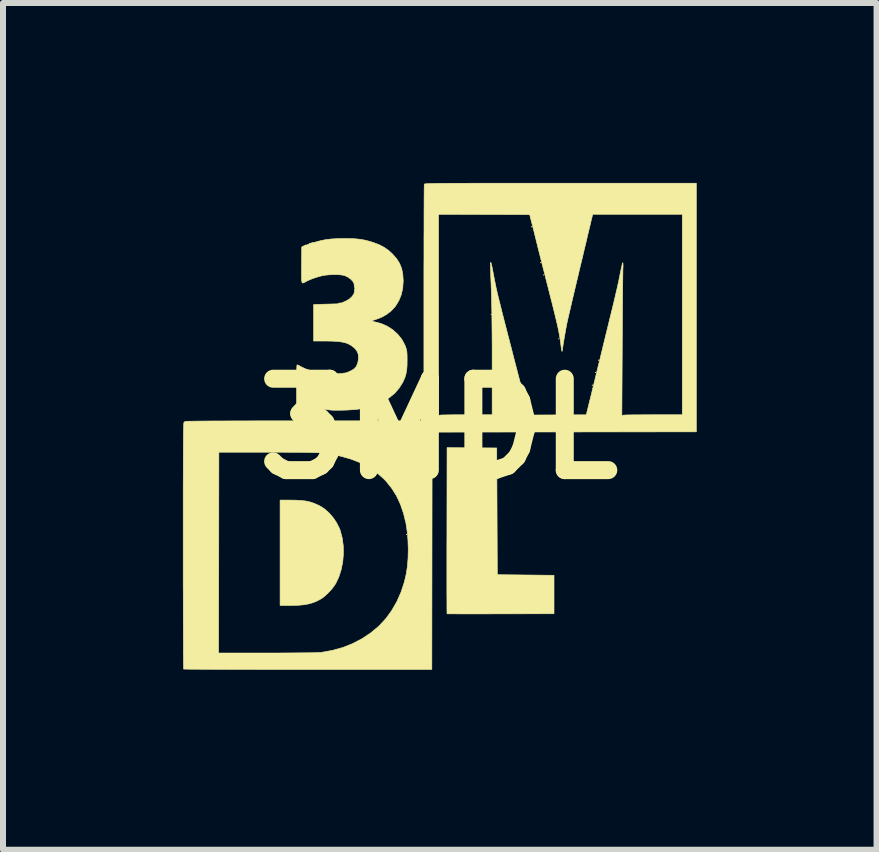
<source format=kicad_pcb>
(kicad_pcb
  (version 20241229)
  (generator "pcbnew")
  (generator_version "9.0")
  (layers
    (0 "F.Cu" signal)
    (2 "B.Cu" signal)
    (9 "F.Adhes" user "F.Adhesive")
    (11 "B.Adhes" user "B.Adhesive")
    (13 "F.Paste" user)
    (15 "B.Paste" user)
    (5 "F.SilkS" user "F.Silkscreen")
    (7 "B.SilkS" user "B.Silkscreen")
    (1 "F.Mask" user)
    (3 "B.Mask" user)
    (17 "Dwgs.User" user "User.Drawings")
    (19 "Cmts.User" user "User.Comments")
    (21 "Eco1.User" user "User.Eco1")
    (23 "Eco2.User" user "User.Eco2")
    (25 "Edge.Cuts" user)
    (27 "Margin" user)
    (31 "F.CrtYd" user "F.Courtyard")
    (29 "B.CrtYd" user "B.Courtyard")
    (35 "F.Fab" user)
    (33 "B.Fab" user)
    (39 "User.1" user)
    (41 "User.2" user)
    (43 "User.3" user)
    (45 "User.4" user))
  (footprint "3MDL"
    (layer "F.Cu")
    (at 4.262 4.099)
    (property "Reference" "3MDL" (at 0 0 0) (layer "F.SilkS") (effects (font (size 1.524 1.524) (thickness 0.3))))
    (attr through_hole)
    (fp_poly (pts (xy -0.528 1.763) (xy -0.533 1.768) (xy -0.538 1.763) (xy -0.533 1.758) (xy -0.528 1.763)) (stroke (width 0.01) (type solid)) (fill yes) (layer "F.SilkS"))
    (fp_poly (pts (xy 0.884 -1.905) (xy 0.879 -1.9) (xy 0.874 -1.905) (xy 0.879 -1.91) (xy 0.884 -1.905)) (stroke (width 0.01) (type solid)) (fill yes) (layer "F.SilkS"))
    (fp_poly (pts (xy 1.554 -3.368) (xy 1.549 -3.363) (xy 1.544 -3.368) (xy 1.549 -3.373) (xy 1.554 -3.368)) (stroke (width 0.01) (type solid)) (fill yes) (layer "F.SilkS"))
    (fp_poly (pts (xy 1.707 -2.769) (xy 1.702 -2.764) (xy 1.697 -2.769) (xy 1.702 -2.774) (xy 1.707 -2.769)) (stroke (width 0.01) (type solid)) (fill yes) (layer "F.SilkS"))
    (fp_poly (pts (xy 1.758 -2.565) (xy 1.753 -2.56) (xy 1.748 -2.565) (xy 1.753 -2.57) (xy 1.758 -2.565)) (stroke (width 0.01) (type solid)) (fill yes) (layer "F.SilkS"))
    (fp_poly (pts (xy 2.012 -1.499) (xy 2.007 -1.494) (xy 2.002 -1.499) (xy 2.007 -1.504) (xy 2.012 -1.499)) (stroke (width 0.01) (type solid)) (fill yes) (layer "F.SilkS"))
    (fp_poly (pts (xy 2.57 -0.726) (xy 2.565 -0.721) (xy 2.56 -0.726) (xy 2.565 -0.732) (xy 2.57 -0.726)) (stroke (width 0.01) (type solid)) (fill yes) (layer "F.SilkS"))
    (fp_poly (pts (xy 2.621 -0.94) (xy 2.616 -0.935) (xy 2.611 -0.94) (xy 2.616 -0.945) (xy 2.621 -0.94)) (stroke (width 0.01) (type solid)) (fill yes) (layer "F.SilkS"))
    (fp_poly (pts (xy 2.672 -1.143) (xy 2.667 -1.138) (xy 2.662 -1.143) (xy 2.667 -1.148) (xy 2.672 -1.143)) (stroke (width 0.01) (type solid)) (fill yes) (layer "F.SilkS"))
    (fp_poly (pts (xy 0.97 0.32) (xy 0.98 2.433) (xy 1.925 2.443) (xy 1.925 3.084) (xy 1.036 3.086) (xy 0.903 3.086) (xy 0.776 3.087) (xy 0.657 3.087) (xy 0.546 3.087) (xy 0.446 3.087) (xy 0.357 3.087) (xy 0.282 3.086) (xy 0.221 3.086) (xy 0.177 3.086) (xy 0.15 3.085) (xy 0.141 3.084) (xy 0.141 3.074) (xy 0.141 3.044) (xy 0.14 2.997) (xy 0.14 2.932) (xy 0.14 2.852) (xy 0.139 2.758) (xy 0.139 2.65) (xy 0.139 2.53) (xy 0.139 2.399) (xy 0.139 2.258) (xy 0.139 2.109) (xy 0.139 1.952) (xy 0.14 1.789) (xy 0.14 1.697) (xy 0.142 0.315) (xy 0.97 0.32)) (stroke (width 0.01) (type solid)) (fill yes) (layer "F.SilkS"))
    (fp_poly (pts (xy -2.482 1.189) (xy -2.379 1.191) (xy -2.292 1.196) (xy -2.218 1.204) (xy -2.151 1.218) (xy -2.089 1.238) (xy -2.026 1.264) (xy -1.976 1.288) (xy -1.9 1.337) (xy -1.826 1.403) (xy -1.758 1.481) (xy -1.7 1.567) (xy -1.654 1.658) (xy -1.64 1.694) (xy -1.607 1.817) (xy -1.589 1.947) (xy -1.586 2.082) (xy -1.597 2.216) (xy -1.623 2.347) (xy -1.662 2.47) (xy -1.712 2.576) (xy -1.746 2.628) (xy -1.791 2.685) (xy -1.843 2.74) (xy -1.896 2.789) (xy -1.945 2.827) (xy -1.955 2.833) (xy -2.023 2.87) (xy -2.092 2.899) (xy -2.166 2.92) (xy -2.248 2.935) (xy -2.343 2.943) (xy -2.453 2.946) (xy -2.477 2.946) (xy -2.642 2.946) (xy -2.642 1.189) (xy -2.482 1.189)) (stroke (width 0.01) (type solid)) (fill yes) (layer "F.SilkS"))
    (fp_poly (pts (xy -1.465 -3.171) (xy -1.381 -3.167) (xy -1.307 -3.159) (xy -1.238 -3.147) (xy -1.168 -3.13) (xy -1.097 -3.109) (xy -0.995 -3.071) (xy -0.907 -3.025) (xy -0.828 -2.969) (xy -0.766 -2.912) (xy -0.699 -2.836) (xy -0.649 -2.756) (xy -0.615 -2.671) (xy -0.596 -2.576) (xy -0.589 -2.468) (xy -0.589 -2.467) (xy -0.597 -2.347) (xy -0.62 -2.239) (xy -0.66 -2.14) (xy -0.716 -2.047) (xy -0.722 -2.039) (xy -0.786 -1.969) (xy -0.864 -1.908) (xy -0.953 -1.858) (xy -1.048 -1.822) (xy -1.059 -1.819) (xy -1.087 -1.81) (xy -1.104 -1.802) (xy -1.107 -1.798) (xy -1.099 -1.792) (xy -1.076 -1.785) (xy -1.069 -1.784) (xy -0.958 -1.755) (xy -0.854 -1.709) (xy -0.76 -1.648) (xy -0.679 -1.574) (xy -0.611 -1.489) (xy -0.56 -1.393) (xy -0.547 -1.36) (xy -0.538 -1.331) (xy -0.531 -1.304) (xy -0.527 -1.272) (xy -0.525 -1.232) (xy -0.524 -1.178) (xy -0.524 -1.143) (xy -0.525 -1.054) (xy -0.531 -0.979) (xy -0.543 -0.915) (xy -0.56 -0.856) (xy -0.586 -0.797) (xy -0.598 -0.772) (xy -0.659 -0.675) (xy -0.733 -0.59) (xy -0.824 -0.516) (xy -0.932 -0.451) (xy -0.95 -0.442) (xy -1.049 -0.398) (xy -1.151 -0.364) (xy -1.259 -0.339) (xy -1.378 -0.322) (xy -1.51 -0.313) (xy -1.58 -0.31) (xy -1.64 -0.309) (xy -1.695 -0.309) (xy -1.742 -0.309) (xy -1.775 -0.31) (xy -1.788 -0.311) (xy -1.814 -0.314) (xy -1.854 -0.318) (xy -1.9 -0.324) (xy -1.92 -0.326) (xy -2.028 -0.342) (xy -2.141 -0.364) (xy -2.247 -0.39) (xy -2.289 -0.403) (xy -2.367 -0.428) (xy -2.367 -0.747) (xy -2.367 -0.825) (xy -2.366 -0.897) (xy -2.365 -0.959) (xy -2.364 -1.009) (xy -2.362 -1.045) (xy -2.36 -1.064) (xy -2.359 -1.067) (xy -2.346 -1.062) (xy -2.321 -1.051) (xy -2.295 -1.036) (xy -2.254 -1.016) (xy -2.214 -0.998) (xy -2.168 -0.982) (xy -2.112 -0.965) (xy -2.052 -0.948) (xy -2.013 -0.939) (xy -1.976 -0.931) (xy -1.936 -0.926) (xy -1.891 -0.923) (xy -1.833 -0.921) (xy -1.776 -0.919) (xy -1.717 -0.919) (xy -1.666 -0.919) (xy -1.625 -0.92) (xy -1.599 -0.922) (xy -1.59 -0.925) (xy -1.577 -0.93) (xy -1.57 -0.928) (xy -1.553 -0.93) (xy -1.523 -0.939) (xy -1.488 -0.954) (xy -1.451 -0.972) (xy -1.418 -0.992) (xy -1.411 -0.996) (xy -1.374 -1.035) (xy -1.349 -1.089) (xy -1.336 -1.156) (xy -1.335 -1.172) (xy -1.337 -1.231) (xy -1.351 -1.278) (xy -1.379 -1.322) (xy -1.412 -1.355) (xy -1.453 -1.387) (xy -1.497 -1.412) (xy -1.548 -1.432) (xy -1.608 -1.446) (xy -1.68 -1.456) (xy -1.767 -1.461) (xy -1.871 -1.463) (xy -1.882 -1.463) (xy -2.083 -1.463) (xy -2.083 -2.071) (xy -1.918 -2.077) (xy -1.858 -2.078) (xy -1.803 -2.08) (xy -1.756 -2.081) (xy -1.722 -2.082) (xy -1.71 -2.082) (xy -1.682 -2.084) (xy -1.664 -2.09) (xy -1.661 -2.093) (xy -1.649 -2.099) (xy -1.644 -2.097) (xy -1.628 -2.096) (xy -1.612 -2.1) (xy -1.59 -2.11) (xy -1.558 -2.124) (xy -1.543 -2.131) (xy -1.492 -2.16) (xy -1.45 -2.196) (xy -1.42 -2.234) (xy -1.404 -2.273) (xy -1.403 -2.298) (xy -1.401 -2.318) (xy -1.397 -2.331) (xy -1.394 -2.349) (xy -1.398 -2.354) (xy -1.405 -2.366) (xy -1.405 -2.385) (xy -1.409 -2.421) (xy -1.43 -2.459) (xy -1.464 -2.495) (xy -1.508 -2.527) (xy -1.558 -2.551) (xy -1.59 -2.56) (xy -1.639 -2.567) (xy -1.701 -2.571) (xy -1.77 -2.57) (xy -1.839 -2.566) (xy -1.901 -2.559) (xy -1.926 -2.555) (xy -1.995 -2.538) (xy -2.068 -2.515) (xy -2.138 -2.489) (xy -2.197 -2.462) (xy -2.212 -2.454) (xy -2.233 -2.442) (xy -2.249 -2.434) (xy -2.262 -2.43) (xy -2.272 -2.434) (xy -2.278 -2.447) (xy -2.282 -2.47) (xy -2.284 -2.506) (xy -2.285 -2.556) (xy -2.285 -2.622) (xy -2.284 -2.707) (xy -2.284 -2.73) (xy -2.281 -3.031) (xy -2.248 -3.049) (xy -2.227 -3.06) (xy -2.215 -3.064) (xy -2.215 -3.064) (xy -2.207 -3.063) (xy -2.186 -3.069) (xy -2.184 -3.07) (xy -2.163 -3.08) (xy -2.154 -3.089) (xy -2.154 -3.089) (xy -2.147 -3.094) (xy -2.14 -3.093) (xy -2.123 -3.094) (xy -2.119 -3.098) (xy -2.107 -3.105) (xy -2.104 -3.104) (xy -2.09 -3.104) (xy -2.065 -3.109) (xy -2.061 -3.11) (xy -2.034 -3.118) (xy -2.013 -3.124) (xy -2.012 -3.124) (xy -1.993 -3.129) (xy -1.964 -3.136) (xy -1.951 -3.139) (xy -1.878 -3.154) (xy -1.792 -3.164) (xy -1.693 -3.17) (xy -1.576 -3.172) (xy -1.565 -3.172) (xy -1.465 -3.171)) (stroke (width 0.01) (type solid)) (fill yes) (layer "F.SilkS"))
    (fp_poly (pts (xy 4.298 -2.022) (xy 4.298 0.051) (xy 2.095 0.053) (xy -0.107 0.056) (xy -0.112 4.013) (xy -2.178 4.013) (xy -2.381 4.013) (xy -2.579 4.013) (xy -2.771 4.013) (xy -2.955 4.013) (xy -3.131 4.012) (xy -3.298 4.012) (xy -3.454 4.012) (xy -3.6 4.011) (xy -3.733 4.011) (xy -3.853 4.01) (xy -3.96 4.01) (xy -4.051 4.009) (xy -4.126 4.009) (xy -4.185 4.008) (xy -4.225 4.007) (xy -4.247 4.007) (xy -4.25 4.006) (xy -4.251 3.996) (xy -4.252 3.966) (xy -4.252 3.917) (xy -4.253 3.851) (xy -4.253 3.769) (xy -4.254 3.739) (xy -3.668 3.739) (xy -2.858 3.739) (xy -2.687 3.739) (xy -2.533 3.738) (xy -2.396 3.737) (xy -2.275 3.736) (xy -2.173 3.735) (xy -2.089 3.734) (xy -2.024 3.732) (xy -1.978 3.73) (xy -1.956 3.728) (xy -1.775 3.696) (xy -1.6 3.648) (xy -1.433 3.582) (xy -1.276 3.5) (xy -1.13 3.403) (xy -0.997 3.292) (xy -0.985 3.28) (xy -0.876 3.162) (xy -0.779 3.028) (xy -0.695 2.881) (xy -0.625 2.723) (xy -0.57 2.555) (xy -0.538 2.418) (xy -0.519 2.292) (xy -0.508 2.153) (xy -0.505 2.007) (xy -0.51 1.86) (xy -0.522 1.717) (xy -0.542 1.584) (xy -0.543 1.577) (xy -0.584 1.41) (xy -0.636 1.258) (xy -0.701 1.119) (xy -0.78 0.993) (xy -0.873 0.877) (xy -0.916 0.832) (xy -1.033 0.729) (xy -1.165 0.639) (xy -1.31 0.564) (xy -1.471 0.502) (xy -1.646 0.454) (xy -1.7 0.442) (xy -1.746 0.433) (xy -1.787 0.426) (xy -1.827 0.419) (xy -1.867 0.413) (xy -1.908 0.408) (xy -1.951 0.404) (xy -2 0.4) (xy -2.055 0.398) (xy -2.117 0.396) (xy -2.19 0.394) (xy -2.273 0.393) (xy -2.369 0.392) (xy -2.479 0.392) (xy -2.606 0.391) (xy -2.75 0.391) (xy -2.85 0.391) (xy -3.663 0.391) (xy -3.665 2.065) (xy -3.668 3.739) (xy -4.254 3.739) (xy -4.254 3.671) (xy -4.254 3.559) (xy -4.255 3.433) (xy -4.255 3.294) (xy -4.256 3.144) (xy -4.256 2.983) (xy -4.256 2.812) (xy -4.257 2.632) (xy -4.257 2.445) (xy -4.257 2.251) (xy -4.257 2.05) (xy -4.257 1.944) (xy -4.257 1.702) (xy -4.257 1.479) (xy -4.257 1.274) (xy -4.257 1.088) (xy -4.257 0.919) (xy -4.256 0.766) (xy -4.256 0.629) (xy -4.256 0.506) (xy -4.255 0.398) (xy -4.255 0.302) (xy -4.254 0.219) (xy -4.254 0.147) (xy -4.253 0.087) (xy -4.252 0.035) (xy -4.251 -0.006) (xy -4.25 -0.04) (xy -4.249 -0.066) (xy -4.248 -0.085) (xy -4.246 -0.099) (xy -4.245 -0.107) (xy -4.243 -0.111) (xy -4.242 -0.112) (xy -4.228 -0.117) (xy -4.227 -0.122) (xy -4.216 -0.123) (xy -4.186 -0.125) (xy -4.135 -0.126) (xy -4.064 -0.127) (xy -3.973 -0.128) (xy -3.862 -0.129) (xy -3.731 -0.13) (xy -3.58 -0.13) (xy -3.409 -0.131) (xy -3.218 -0.131) (xy -3.007 -0.132) (xy -2.776 -0.132) (xy -2.526 -0.132) (xy -2.255 -0.132) (xy -0.244 -0.132) (xy -0.244 -0.221) (xy 0 -0.221) (xy 0.023 -0.227) (xy 0.038 -0.229) (xy 0.071 -0.23) (xy 0.119 -0.231) (xy 0.182 -0.232) (xy 0.255 -0.233) (xy 0.338 -0.233) (xy 0.427 -0.233) (xy 0.47 -0.234) (xy 0.894 -0.234) (xy 0.894 -1.09) (xy 0.894 -1.325) (xy 0.893 -1.542) (xy 0.891 -1.74) (xy 0.889 -1.919) (xy 0.886 -2.078) (xy 0.883 -2.217) (xy 0.879 -2.332) (xy 0.875 -2.438) (xy 0.871 -2.526) (xy 0.869 -2.597) (xy 0.867 -2.653) (xy 0.865 -2.695) (xy 0.865 -2.727) (xy 0.865 -2.748) (xy 0.865 -2.762) (xy 0.866 -2.77) (xy 0.868 -2.773) (xy 0.87 -2.774) (xy 0.872 -2.774) (xy 0.876 -2.764) (xy 0.883 -2.737) (xy 0.892 -2.697) (xy 0.902 -2.644) (xy 0.914 -2.584) (xy 0.919 -2.558) (xy 0.928 -2.51) (xy 0.937 -2.463) (xy 0.947 -2.415) (xy 0.957 -2.364) (xy 0.969 -2.31) (xy 0.983 -2.25) (xy 0.999 -2.183) (xy 1.018 -2.108) (xy 1.039 -2.023) (xy 1.063 -1.926) (xy 1.091 -1.817) (xy 1.123 -1.693) (xy 1.159 -1.553) (xy 1.2 -1.395) (xy 1.218 -1.326) (xy 1.246 -1.215) (xy 1.275 -1.103) (xy 1.304 -0.993) (xy 1.331 -0.887) (xy 1.357 -0.789) (xy 1.38 -0.7) (xy 1.399 -0.626) (xy 1.414 -0.567) (xy 1.417 -0.554) (xy 1.435 -0.486) (xy 1.451 -0.422) (xy 1.466 -0.365) (xy 1.479 -0.319) (xy 1.487 -0.287) (xy 1.489 -0.279) (xy 1.504 -0.229) (xy 2.463 -0.233) (xy 2.5 -0.383) (xy 2.512 -0.432) (xy 2.528 -0.496) (xy 2.547 -0.573) (xy 2.567 -0.657) (xy 2.589 -0.744) (xy 2.61 -0.831) (xy 2.615 -0.853) (xy 2.638 -0.945) (xy 2.661 -1.043) (xy 2.686 -1.141) (xy 2.709 -1.236) (xy 2.73 -1.321) (xy 2.747 -1.392) (xy 2.748 -1.397) (xy 2.788 -1.561) (xy 2.824 -1.706) (xy 2.855 -1.834) (xy 2.883 -1.947) (xy 2.907 -2.046) (xy 2.928 -2.133) (xy 2.946 -2.209) (xy 2.961 -2.275) (xy 2.975 -2.333) (xy 2.986 -2.385) (xy 2.997 -2.431) (xy 3.006 -2.474) (xy 3.014 -2.514) (xy 3.022 -2.554) (xy 3.028 -2.586) (xy 3.04 -2.643) (xy 3.051 -2.693) (xy 3.06 -2.733) (xy 3.067 -2.76) (xy 3.071 -2.769) (xy 3.074 -2.764) (xy 3.076 -2.741) (xy 3.076 -2.704) (xy 3.074 -2.662) (xy 3.073 -2.636) (xy 3.073 -2.592) (xy 3.072 -2.53) (xy 3.071 -2.452) (xy 3.07 -2.36) (xy 3.069 -2.254) (xy 3.068 -2.137) (xy 3.067 -2.01) (xy 3.066 -1.874) (xy 3.065 -1.73) (xy 3.064 -1.581) (xy 3.063 -1.428) (xy 3.063 -1.383) (xy 3.056 -0.221) (xy 3.08 -0.227) (xy 3.095 -0.228) (xy 3.128 -0.23) (xy 3.177 -0.231) (xy 3.24 -0.232) (xy 3.315 -0.232) (xy 3.399 -0.233) (xy 3.492 -0.233) (xy 3.584 -0.234) (xy 4.064 -0.234) (xy 4.064 -3.576) (xy 2.571 -3.576) (xy 2.561 -3.537) (xy 2.556 -3.517) (xy 2.547 -3.481) (xy 2.535 -3.43) (xy 2.52 -3.367) (xy 2.503 -3.296) (xy 2.484 -3.218) (xy 2.474 -3.173) (xy 2.455 -3.092) (xy 2.436 -3.015) (xy 2.419 -2.944) (xy 2.405 -2.882) (xy 2.393 -2.833) (xy 2.385 -2.799) (xy 2.382 -2.789) (xy 2.375 -2.758) (xy 2.363 -2.71) (xy 2.348 -2.647) (xy 2.331 -2.573) (xy 2.311 -2.49) (xy 2.29 -2.401) (xy 2.268 -2.309) (xy 2.246 -2.216) (xy 2.225 -2.126) (xy 2.205 -2.04) (xy 2.187 -1.962) (xy 2.171 -1.894) (xy 2.158 -1.839) (xy 2.149 -1.8) (xy 2.148 -1.793) (xy 2.14 -1.758) (xy 2.131 -1.71) (xy 2.12 -1.653) (xy 2.109 -1.59) (xy 2.098 -1.526) (xy 2.087 -1.463) (xy 2.078 -1.405) (xy 2.07 -1.356) (xy 2.065 -1.319) (xy 2.063 -1.298) (xy 2.063 -1.296) (xy 2.059 -1.291) (xy 2.057 -1.292) (xy 2.054 -1.304) (xy 2.049 -1.331) (xy 2.043 -1.371) (xy 2.037 -1.418) (xy 2.037 -1.419) (xy 2.028 -1.489) (xy 2.016 -1.561) (xy 2.001 -1.639) (xy 1.983 -1.725) (xy 1.96 -1.822) (xy 1.933 -1.934) (xy 1.911 -2.022) (xy 1.895 -2.088) (xy 1.874 -2.169) (xy 1.85 -2.262) (xy 1.825 -2.363) (xy 1.798 -2.467) (xy 1.772 -2.571) (xy 1.747 -2.667) (xy 1.724 -2.758) (xy 1.702 -2.846) (xy 1.681 -2.929) (xy 1.662 -3.003) (xy 1.647 -3.066) (xy 1.634 -3.115) (xy 1.626 -3.148) (xy 1.625 -3.155) (xy 1.615 -3.193) (xy 1.602 -3.246) (xy 1.587 -3.307) (xy 1.57 -3.371) (xy 1.562 -3.404) (xy 1.519 -3.571) (xy 0 -3.576) (xy 0 -0.221) (xy -0.244 -0.221) (xy -0.244 -2.097) (xy -0.244 -2.296) (xy -0.244 -2.489) (xy -0.244 -2.676) (xy -0.243 -2.855) (xy -0.243 -3.026) (xy -0.243 -3.188) (xy -0.242 -3.34) (xy -0.242 -3.48) (xy -0.242 -3.608) (xy -0.241 -3.723) (xy -0.241 -3.824) (xy -0.24 -3.909) (xy -0.24 -3.978) (xy -0.239 -4.03) (xy -0.238 -4.063) (xy -0.238 -4.078) (xy -0.238 -4.078) (xy -0.236 -4.08) (xy -0.231 -4.082) (xy -0.222 -4.083) (xy -0.209 -4.085) (xy -0.19 -4.086) (xy -0.165 -4.087) (xy -0.133 -4.088) (xy -0.094 -4.089) (xy -0.046 -4.09) (xy 0.011 -4.091) (xy 0.078 -4.092) (xy 0.156 -4.092) (xy 0.245 -4.093) (xy 0.346 -4.093) (xy 0.461 -4.093) (xy 0.59 -4.094) (xy 0.733 -4.094) (xy 0.891 -4.094) (xy 1.066 -4.094) (xy 1.258 -4.094) (xy 1.467 -4.094) (xy 1.695 -4.094) (xy 1.942 -4.094) (xy 2.033 -4.094) (xy 4.298 -4.094) (xy 4.298 -2.022)) (stroke (width 0.01) (type solid)) (fill yes) (layer "F.SilkS")))
  (gr_rect
    (start -3 -3)
    (end 11.565 11.118)
    (stroke (width 0.1) (type default))
    (fill no)
    (layer "Edge.Cuts")))
</source>
